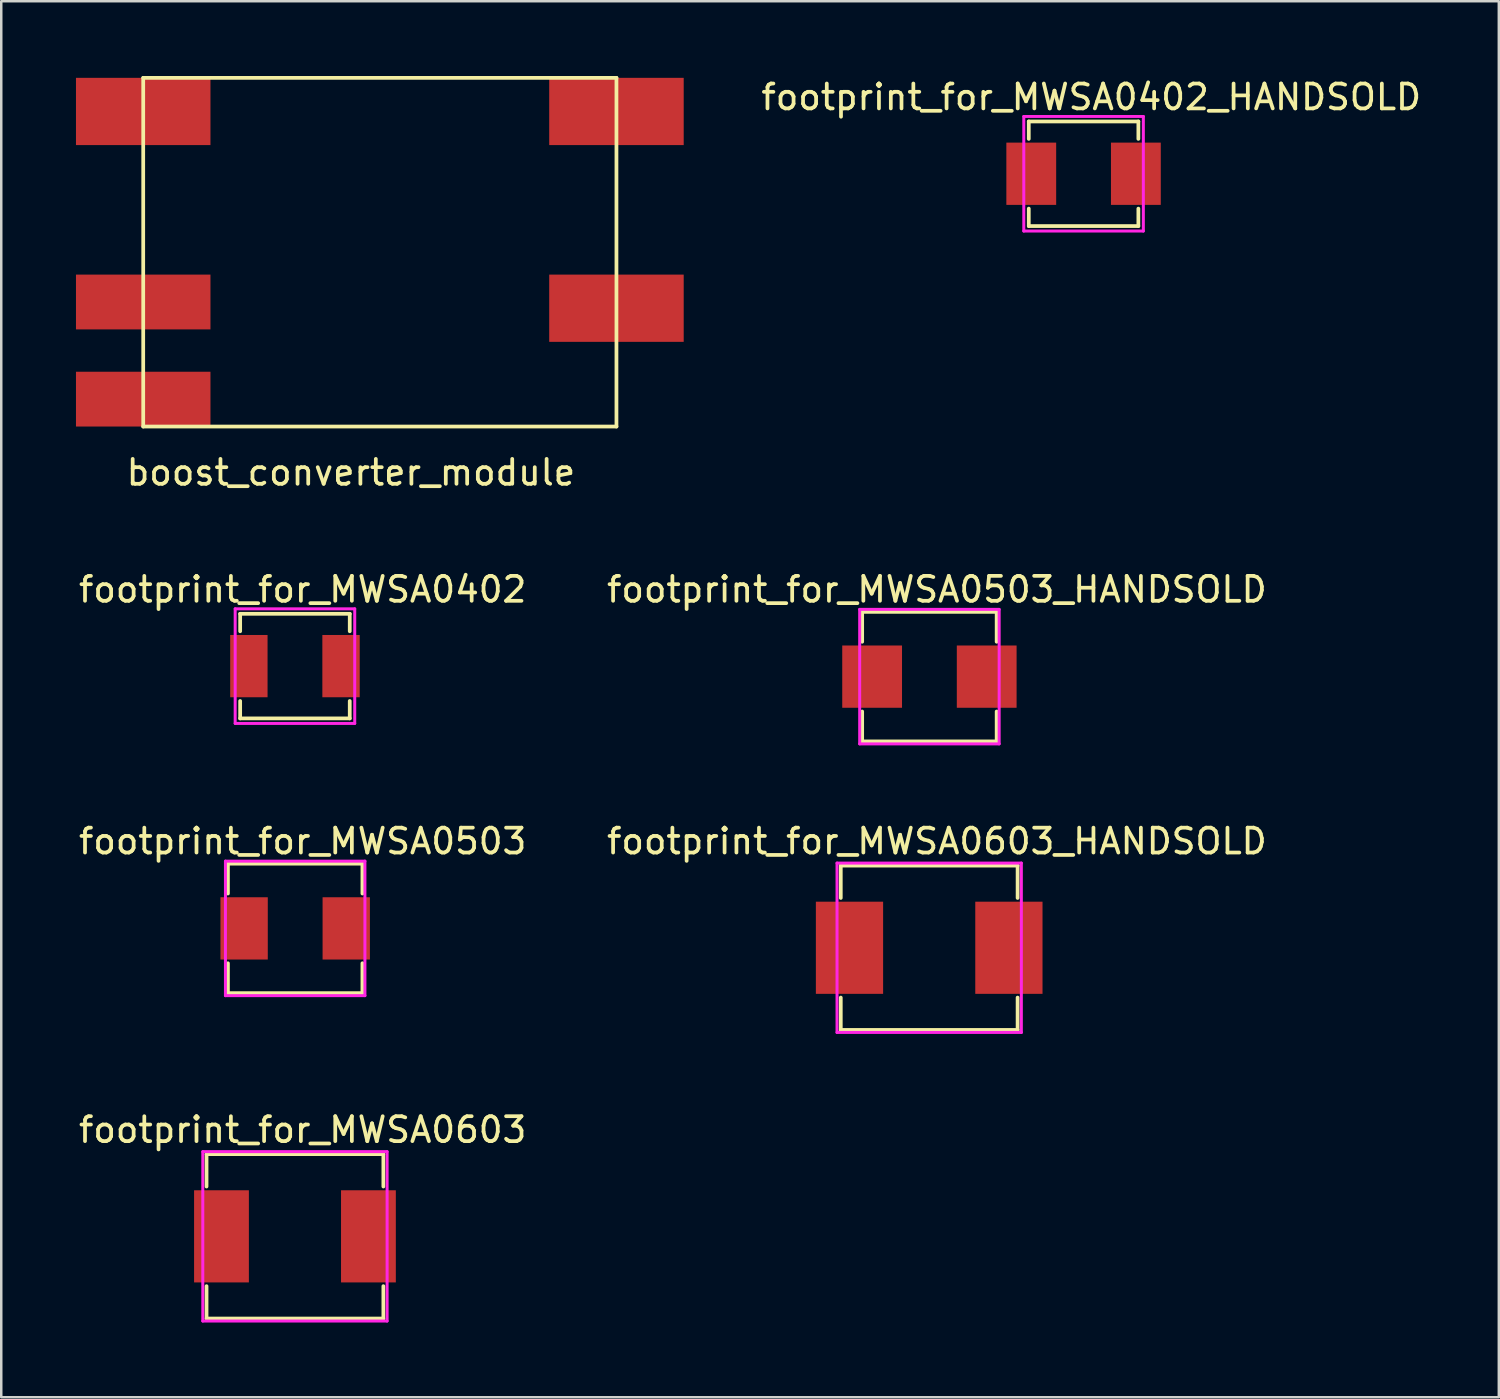
<source format=kicad_pcb>
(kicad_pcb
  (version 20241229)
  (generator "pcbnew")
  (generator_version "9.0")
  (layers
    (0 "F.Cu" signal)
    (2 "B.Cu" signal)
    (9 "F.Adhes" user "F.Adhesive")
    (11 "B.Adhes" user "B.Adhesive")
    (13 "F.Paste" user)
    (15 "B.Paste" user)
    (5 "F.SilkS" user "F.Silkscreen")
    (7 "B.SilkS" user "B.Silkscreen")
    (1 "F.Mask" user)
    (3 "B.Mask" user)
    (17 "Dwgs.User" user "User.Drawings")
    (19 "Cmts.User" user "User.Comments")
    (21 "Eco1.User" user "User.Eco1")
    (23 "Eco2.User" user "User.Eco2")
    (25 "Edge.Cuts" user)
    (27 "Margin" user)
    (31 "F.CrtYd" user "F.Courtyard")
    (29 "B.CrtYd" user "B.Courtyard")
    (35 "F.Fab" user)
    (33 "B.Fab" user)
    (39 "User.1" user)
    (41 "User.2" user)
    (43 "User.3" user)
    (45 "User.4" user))
  (footprint "footprint_for_MWSA0603_HANDSOLD"
    (layer "F.Cu")
    (at 34.256 35.002)
    (property "Reference" "footprint_for_MWSA0603_HANDSOLD" (at 0.309 -4.278 0) (layer "F.SilkS") (effects (font (size 1 1) (thickness 0.15))))
    (attr smd)
    (fp_line (start -3.55 -3.3) (end -3.55 -2) (stroke (width 0.15) (type solid)) (layer "F.SilkS"))
    (fp_line (start -3.55 3.3) (end -3.55 2) (stroke (width 0.15) (type solid)) (layer "F.SilkS"))
    (fp_line (start -3.55 3.3) (end 3.55 3.3) (stroke (width 0.15) (type solid)) (layer "F.SilkS"))
    (fp_line (start 3.55 -3.3) (end -3.55 -3.3) (stroke (width 0.15) (type solid)) (layer "F.SilkS"))
    (fp_line (start 3.55 -3.3) (end 3.55 -2) (stroke (width 0.15) (type solid)) (layer "F.SilkS"))
    (fp_line (start 3.55 3.3) (end 3.55 2) (stroke (width 0.15) (type solid)) (layer "F.SilkS"))
    (fp_line (start -3.7 -3.4) (end 3.7 -3.4) (stroke (width 0.12) (type solid)) (layer "F.CrtYd"))
    (fp_line (start -3.7 3.4) (end -3.7 -3.4) (stroke (width 0.12) (type solid)) (layer "F.CrtYd"))
    (fp_line (start 3.7 -3.4) (end 3.7 3.4) (stroke (width 0.12) (type solid)) (layer "F.CrtYd"))
    (fp_line (start 3.7 3.4) (end -3.7 3.4) (stroke (width 0.12) (type solid)) (layer "F.CrtYd"))
    (pad "1" smd rect (at -3.2 0) (size 2.7 3.7) (layers "F.Cu" "F.Mask" "F.Paste"))
    (pad "2" smd rect (at 3.2 0) (size 2.7 3.7) (layers "F.Cu" "F.Mask" "F.Paste")))
  (footprint "footprint_for_MWSA0503"
    (layer "F.Cu")
    (at 8.801 34.224)
    (property "Reference" "footprint_for_MWSA0503" (at 0.3 -3.5 0) (layer "F.SilkS") (effects (font (size 1 1) (thickness 0.15))))
    (attr smd)
    (fp_line (start -2.7 -2.6) (end -2.7 -1.4) (stroke (width 0.15) (type solid)) (layer "F.SilkS"))
    (fp_line (start -2.7 2.6) (end -2.7 1.4) (stroke (width 0.15) (type solid)) (layer "F.SilkS"))
    (fp_line (start -2.7 2.6) (end 2.7 2.6) (stroke (width 0.15) (type solid)) (layer "F.SilkS"))
    (fp_line (start 2.7 -2.6) (end -2.7 -2.6) (stroke (width 0.15) (type solid)) (layer "F.SilkS"))
    (fp_line (start 2.7 -2.6) (end 2.7 -1.4) (stroke (width 0.15) (type solid)) (layer "F.SilkS"))
    (fp_line (start 2.7 2.6) (end 2.7 1.4) (stroke (width 0.15) (type solid)) (layer "F.SilkS"))
    (fp_line (start -2.8 -2.7) (end 2.8 -2.7) (stroke (width 0.12) (type solid)) (layer "F.CrtYd"))
    (fp_line (start -2.8 2.7) (end -2.8 -2.7) (stroke (width 0.12) (type solid)) (layer "F.CrtYd"))
    (fp_line (start 2.8 -2.7) (end 2.8 2.7) (stroke (width 0.12) (type solid)) (layer "F.CrtYd"))
    (fp_line (start 2.8 2.7) (end -2.8 2.7) (stroke (width 0.12) (type solid)) (layer "F.CrtYd"))
    (pad "1" smd rect (at -2.05 0) (size 1.9 2.5) (layers "F.Cu" "F.Mask" "F.Paste"))
    (pad "2" smd rect (at 2.05 0) (size 1.9 2.5) (layers "F.Cu" "F.Mask" "F.Paste")))
  (footprint "footprint_for_MWSA0402_HANDSOLD"
    (layer "F.Cu")
    (at 40.454 3.926)
    (property "Reference" "footprint_for_MWSA0402_HANDSOLD" (at 0.309 -3.078 0) (layer "F.SilkS") (effects (font (size 1 1) (thickness 0.15))))
    (attr smd)
    (fp_line (start -2.2 -2.1) (end -2.2 -1.4) (stroke (width 0.15) (type solid)) (layer "F.SilkS"))
    (fp_line (start -2.2 2.1) (end -2.2 1.4) (stroke (width 0.15) (type solid)) (layer "F.SilkS"))
    (fp_line (start -2.2 2.1) (end 2.2 2.1) (stroke (width 0.15) (type solid)) (layer "F.SilkS"))
    (fp_line (start 2.2 -2.1) (end -2.2 -2.1) (stroke (width 0.15) (type solid)) (layer "F.SilkS"))
    (fp_line (start 2.2 -2.1) (end 2.2 -1.4) (stroke (width 0.15) (type solid)) (layer "F.SilkS"))
    (fp_line (start 2.2 2.1) (end 2.2 1.4) (stroke (width 0.15) (type solid)) (layer "F.SilkS"))
    (fp_line (start -2.4 -2.3) (end 2.4 -2.3) (stroke (width 0.12) (type solid)) (layer "F.CrtYd"))
    (fp_line (start -2.4 2.3) (end -2.4 -2.3) (stroke (width 0.12) (type solid)) (layer "F.CrtYd"))
    (fp_line (start 2.4 -2.3) (end 2.4 2.3) (stroke (width 0.12) (type solid)) (layer "F.CrtYd"))
    (fp_line (start 2.4 2.3) (end -2.4 2.3) (stroke (width 0.12) (type solid)) (layer "F.CrtYd"))
    (pad "1" smd rect (at -2.1 0) (size 2 2.5) (layers "F.Cu" "F.Mask" "F.Paste"))
    (pad "2" smd rect (at 2.1 0) (size 2 2.5) (layers "F.Cu" "F.Mask" "F.Paste")))
  (footprint "footprint_for_MWSA0503_HANDSOLD"
    (layer "F.Cu")
    (at 34.265 24.116)
    (property "Reference" "footprint_for_MWSA0503_HANDSOLD" (at 0.3 -3.5 0) (layer "F.SilkS") (effects (font (size 1 1) (thickness 0.15))))
    (attr smd)
    (fp_line (start -2.7 -2.6) (end -2.7 -1.4) (stroke (width 0.15) (type solid)) (layer "F.SilkS"))
    (fp_line (start -2.7 2.6) (end -2.7 1.4) (stroke (width 0.15) (type solid)) (layer "F.SilkS"))
    (fp_line (start -2.7 2.6) (end 2.7 2.6) (stroke (width 0.15) (type solid)) (layer "F.SilkS"))
    (fp_line (start 2.7 -2.6) (end -2.7 -2.6) (stroke (width 0.15) (type solid)) (layer "F.SilkS"))
    (fp_line (start 2.7 -2.6) (end 2.7 -1.4) (stroke (width 0.15) (type solid)) (layer "F.SilkS"))
    (fp_line (start 2.7 2.6) (end 2.7 1.4) (stroke (width 0.15) (type solid)) (layer "F.SilkS"))
    (fp_line (start -2.8 -2.7) (end 2.8 -2.7) (stroke (width 0.12) (type solid)) (layer "F.CrtYd"))
    (fp_line (start -2.8 2.7) (end -2.8 -2.7) (stroke (width 0.12) (type solid)) (layer "F.CrtYd"))
    (fp_line (start 2.8 -2.7) (end 2.8 2.7) (stroke (width 0.12) (type solid)) (layer "F.CrtYd"))
    (fp_line (start 2.8 2.7) (end -2.8 2.7) (stroke (width 0.12) (type solid)) (layer "F.CrtYd"))
    (pad "1" smd rect (at -2.3 0) (size 2.4 2.5) (layers "F.Cu" "F.Mask" "F.Paste"))
    (pad "2" smd rect (at 2.3 0) (size 2.4 2.5) (layers "F.Cu" "F.Mask" "F.Paste")))
  (footprint "boost_converter_module"
    (layer "F.Cu")
    (at 12.2 7.075)
    (property "Reference" "boost_converter_module" (at -1.161 8.844 0) (layer "F.SilkS") (effects (font (size 1 1) (thickness 0.15))))
    (attr through_hole)
    (fp_line (start -9.5 -7) (end 9.5 -7) (stroke (width 0.15) (type solid)) (layer "F.SilkS"))
    (fp_line (start -9.5 7) (end -9.5 -7) (stroke (width 0.15) (type solid)) (layer "F.SilkS"))
    (fp_line (start 9.5 -7) (end 9.5 7) (stroke (width 0.15) (type solid)) (layer "F.SilkS"))
    (fp_line (start 9.5 7) (end -9.5 7) (stroke (width 0.15) (type solid)) (layer "F.SilkS"))
    (pad "1" smd rect (at -9.5 -5.65) (size 5.4 2.7) (layers "F.Cu" "F.Mask" "F.Paste"))
    (pad "2" smd rect (at -9.5 2) (size 5.4 2.2) (layers "F.Cu" "F.Mask" "F.Paste"))
    (pad "3" smd rect (at -9.5 5.9) (size 5.4 2.2) (layers "F.Cu" "F.Mask" "F.Paste"))
    (pad "4" smd rect (at 9.5 -5.65) (size 5.4 2.7) (layers "F.Cu" "F.Mask" "F.Paste"))
    (pad "5" smd rect (at 9.5 2.25) (size 5.4 2.7) (layers "F.Cu" "F.Mask" "F.Paste")))
  (footprint "footprint_for_MWSA0603"
    (layer "F.Cu")
    (at 8.792 46.588)
    (property "Reference" "footprint_for_MWSA0603" (at 0.309 -4.278 0) (layer "F.SilkS") (effects (font (size 1 1) (thickness 0.15))))
    (attr smd)
    (fp_line (start -3.55 -3.3) (end -3.55 -2) (stroke (width 0.15) (type solid)) (layer "F.SilkS"))
    (fp_line (start -3.55 3.3) (end -3.55 2) (stroke (width 0.15) (type solid)) (layer "F.SilkS"))
    (fp_line (start -3.55 3.3) (end 3.55 3.3) (stroke (width 0.15) (type solid)) (layer "F.SilkS"))
    (fp_line (start 3.55 -3.3) (end -3.55 -3.3) (stroke (width 0.15) (type solid)) (layer "F.SilkS"))
    (fp_line (start 3.55 -3.3) (end 3.55 -2) (stroke (width 0.15) (type solid)) (layer "F.SilkS"))
    (fp_line (start 3.55 3.3) (end 3.55 2) (stroke (width 0.15) (type solid)) (layer "F.SilkS"))
    (fp_line (start -3.7 -3.4) (end 3.7 -3.4) (stroke (width 0.12) (type solid)) (layer "F.CrtYd"))
    (fp_line (start -3.7 3.4) (end -3.7 -3.4) (stroke (width 0.12) (type solid)) (layer "F.CrtYd"))
    (fp_line (start 3.7 -3.4) (end 3.7 3.4) (stroke (width 0.12) (type solid)) (layer "F.CrtYd"))
    (fp_line (start 3.7 3.4) (end -3.7 3.4) (stroke (width 0.12) (type solid)) (layer "F.CrtYd"))
    (pad "1" smd rect (at -2.95 0) (size 2.2 3.7) (layers "F.Cu" "F.Mask" "F.Paste"))
    (pad "2" smd rect (at 2.95 0) (size 2.2 3.7) (layers "F.Cu" "F.Mask" "F.Paste")))
  (footprint "footprint_for_MWSA0402"
    (layer "F.Cu")
    (at 8.792 23.694)
    (property "Reference" "footprint_for_MWSA0402" (at 0.309 -3.078 0) (layer "F.SilkS") (effects (font (size 1 1) (thickness 0.15))))
    (attr smd)
    (fp_line (start -2.2 -2.1) (end -2.2 -1.4) (stroke (width 0.15) (type solid)) (layer "F.SilkS"))
    (fp_line (start -2.2 2.1) (end -2.2 1.4) (stroke (width 0.15) (type solid)) (layer "F.SilkS"))
    (fp_line (start -2.2 2.1) (end 2.2 2.1) (stroke (width 0.15) (type solid)) (layer "F.SilkS"))
    (fp_line (start 2.2 -2.1) (end -2.2 -2.1) (stroke (width 0.15) (type solid)) (layer "F.SilkS"))
    (fp_line (start 2.2 -2.1) (end 2.2 -1.4) (stroke (width 0.15) (type solid)) (layer "F.SilkS"))
    (fp_line (start 2.2 2.1) (end 2.2 1.4) (stroke (width 0.15) (type solid)) (layer "F.SilkS"))
    (fp_line (start -2.4 -2.3) (end 2.4 -2.3) (stroke (width 0.12) (type solid)) (layer "F.CrtYd"))
    (fp_line (start -2.4 2.3) (end -2.4 -2.3) (stroke (width 0.12) (type solid)) (layer "F.CrtYd"))
    (fp_line (start 2.4 -2.3) (end 2.4 2.3) (stroke (width 0.12) (type solid)) (layer "F.CrtYd"))
    (fp_line (start 2.4 2.3) (end -2.4 2.3) (stroke (width 0.12) (type solid)) (layer "F.CrtYd"))
    (pad "1" smd rect (at -1.85 0) (size 1.5 2.5) (layers "F.Cu" "F.Mask" "F.Paste"))
    (pad "2" smd rect (at 1.85 0) (size 1.5 2.5) (layers "F.Cu" "F.Mask" "F.Paste")))
  (gr_rect
    (start -3 -3)
    (end 57.126 53.048)
    (stroke (width 0.1) (type default))
    (fill no)
    (layer "Edge.Cuts")))
</source>
